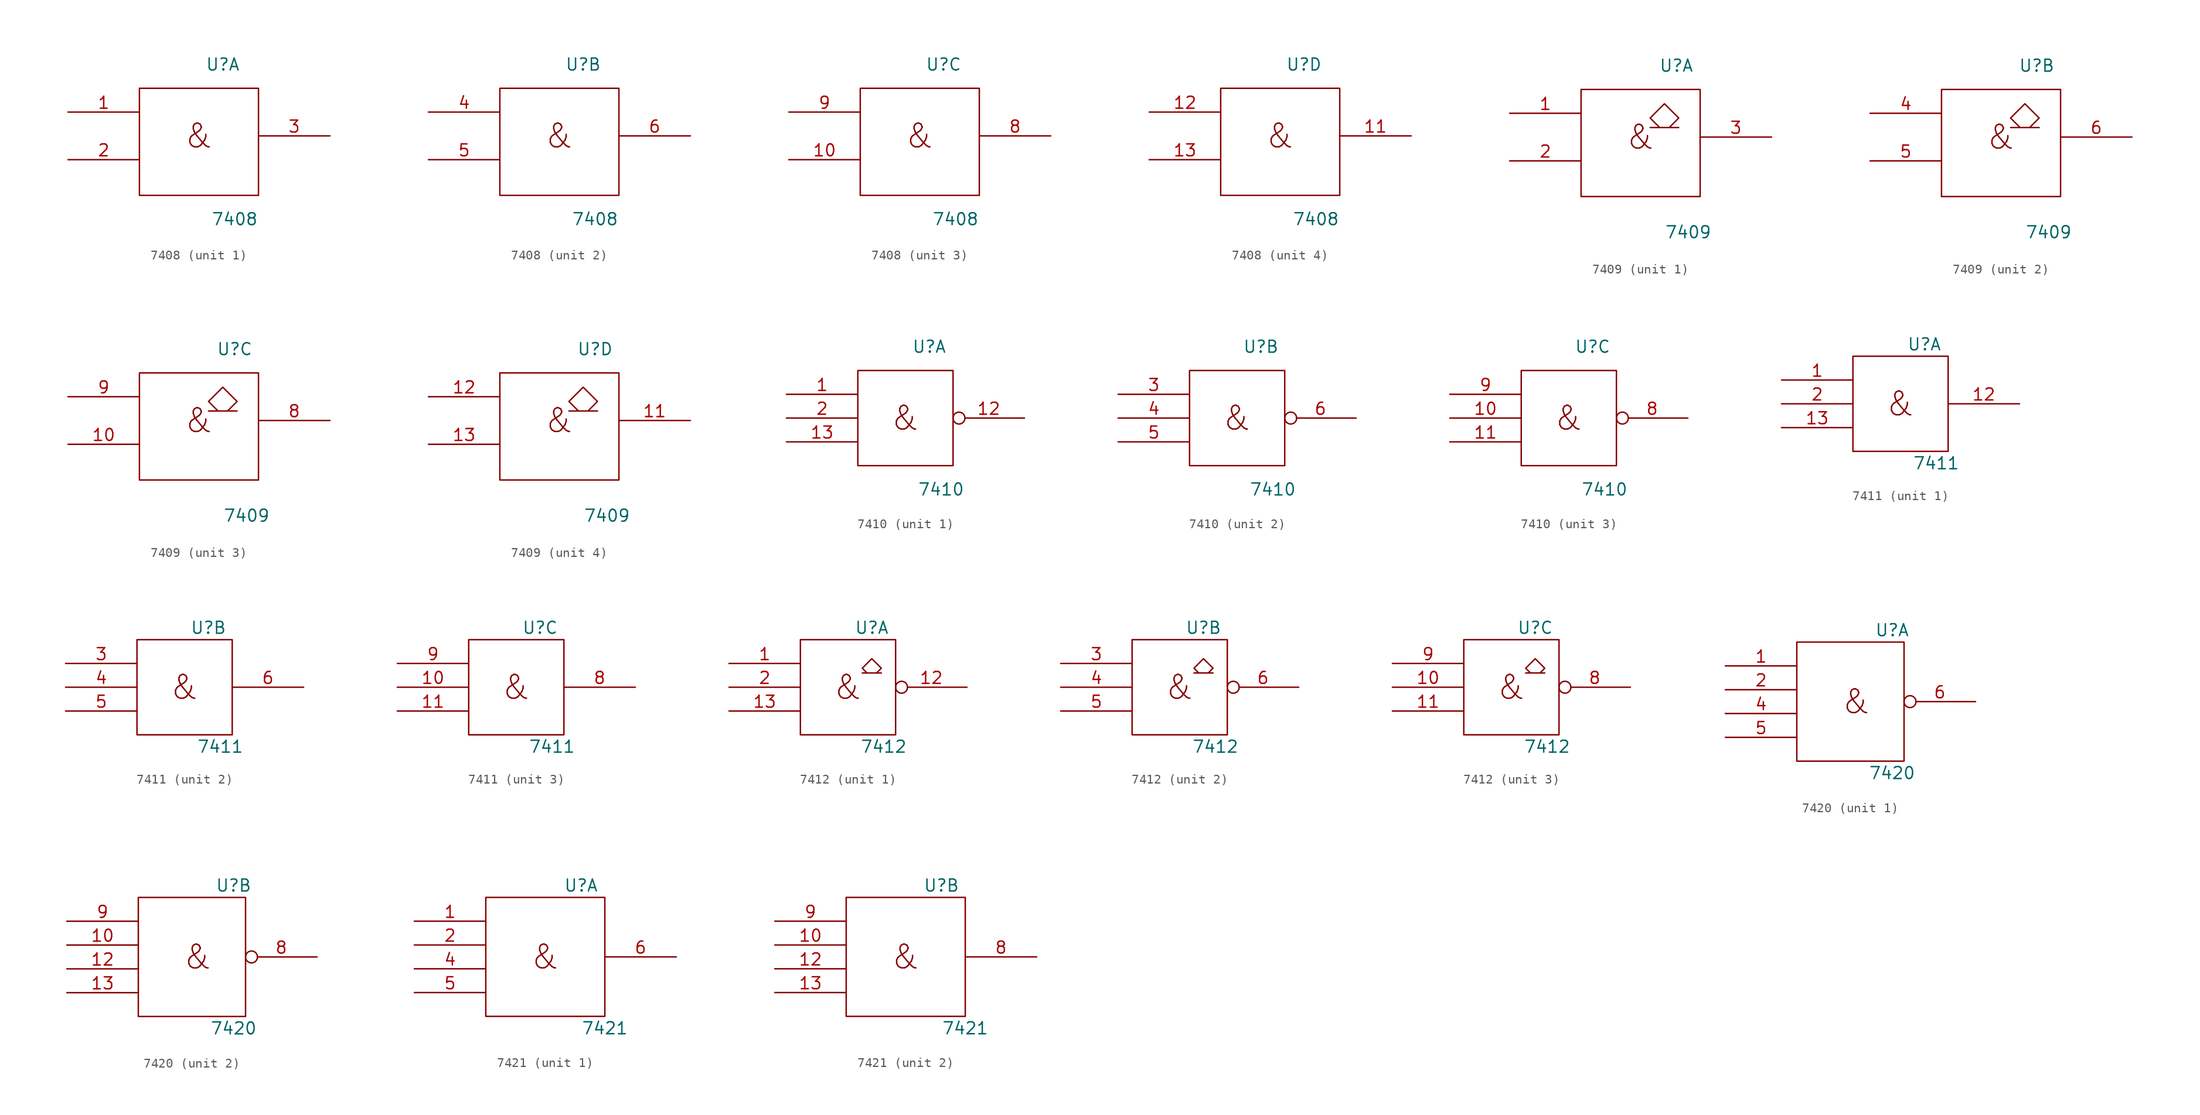
<source format=kicad_sym>
(kicad_symbol_lib
  (version 20211014)
  (generator kicad_symbol_editor)
  (symbol "7408"
    (pin_names
      (offset 0.762))
    (property "Reference" "U"
      (at 2.54 7.62 0)
      (effects (font (size 1.27 1.27))))
    (property "Value" "7408"
      (at 3.81 -8.89 0)
      (effects (font (size 1.27 1.27))))
    (symbol "7408_0_1"
      (rectangle (start -6.35 5.08) (end 6.35 -6.35) (stroke (width 0) (type default) (color 0 0 0 0)) (fill (type none)))
      (text "&" (at 0 0 0) (effects (font (size 2.54 2.54))))
      (pin power_in line (at 0 5.08 270) (length 0) hide (name "Vcc" (effects (font (size 1.27 1.27)))) (number "14" (effects (font (size 1.27 1.27)))))
      (pin power_in line (at 0 -6.35 90) (length 0) hide (name "Gnd" (effects (font (size 1.27 1.27)))) (number "7" (effects (font (size 1.27 1.27))))))
    (symbol "7408_1_1"
      (pin input line (at -13.97 2.54 0) (length 7.62) (name "~" (effects (font (size 1.27 1.27)))) (number "1" (effects (font (size 1.27 1.27)))))
      (pin input line (at -13.97 -2.54 0) (length 7.62) (name "~" (effects (font (size 1.27 1.27)))) (number "2" (effects (font (size 1.27 1.27)))))
      (pin output line (at 13.97 0 180) (length 7.62) (name "~" (effects (font (size 1.27 1.27)))) (number "3" (effects (font (size 1.27 1.27))))))
    (symbol "7408_2_1"
      (pin input line (at -13.97 2.54 0) (length 7.62) (name "~" (effects (font (size 1.27 1.27)))) (number "4" (effects (font (size 1.27 1.27)))))
      (pin input line (at -13.97 -2.54 0) (length 7.62) (name "~" (effects (font (size 1.27 1.27)))) (number "5" (effects (font (size 1.27 1.27)))))
      (pin input line (at 13.97 0 180) (length 7.62) (name "~" (effects (font (size 1.27 1.27)))) (number "6" (effects (font (size 1.27 1.27))))))
    (symbol "7408_3_1"
      (pin input line (at -13.97 -2.54 0) (length 7.62) (name "~" (effects (font (size 1.27 1.27)))) (number "10" (effects (font (size 1.27 1.27)))))
      (pin input line (at 13.97 0 180) (length 7.62) (name "~" (effects (font (size 1.27 1.27)))) (number "8" (effects (font (size 1.27 1.27)))))
      (pin input line (at -13.97 2.54 0) (length 7.62) (name "~" (effects (font (size 1.27 1.27)))) (number "9" (effects (font (size 1.27 1.27))))))
    (symbol "7408_4_1"
      (pin input line (at 13.97 0 180) (length 7.62) (name "~" (effects (font (size 1.27 1.27)))) (number "11" (effects (font (size 1.27 1.27)))))
      (pin input line (at -13.97 2.54 0) (length 7.62) (name "~" (effects (font (size 1.27 1.27)))) (number "12" (effects (font (size 1.27 1.27)))))
      (pin input line (at -13.97 -2.54 0) (length 7.62) (name "~" (effects (font (size 1.27 1.27)))) (number "13" (effects (font (size 1.27 1.27)))))))
  (symbol "7409"
    (pin_names
      (offset 0.762))
    (property "Reference" "U"
      (at 3.81 7.62 0)
      (effects (font (size 1.27 1.27))))
    (property "Value" "7409"
      (at 5.08 -10.16 0)
      (effects (font (size 1.27 1.27))))
    (symbol "7409_0_1"
      (rectangle (start -6.35 5.08) (end 6.35 -6.35) (stroke (width 0) (type default) (color 0 0 0 0)) (fill (type none)))
      (polyline (pts (xy 1.016 2.032) (xy 2.032 1.016) (xy 1.016 2.032) (xy 2.54 3.556) (xy 4.064 2.032) (xy 3.048 1.016) (xy 4.064 1.016) (xy 1.016 1.016) (xy 1.016 1.016)) (stroke (width 0) (type default) (color 0 0 0 0)) (fill (type none)))
      (text "&" (at 0 0 0) (effects (font (size 2.54 2.54))))
      (pin power_in line (at 0 5.08 270) (length 0) hide (name "Vcc" (effects (font (size 1.27 1.27)))) (number "14" (effects (font (size 1.27 1.27)))))
      (pin power_in line (at 0 -6.35 90) (length 0) hide (name "Gnd" (effects (font (size 1.27 1.27)))) (number "7" (effects (font (size 1.27 1.27))))))
    (symbol "7409_1_1"
      (pin input line (at -13.97 2.54 0) (length 7.62) (name "~" (effects (font (size 1.27 1.27)))) (number "1" (effects (font (size 1.27 1.27)))))
      (pin input line (at -13.97 -2.54 0) (length 7.62) (name "~" (effects (font (size 1.27 1.27)))) (number "2" (effects (font (size 1.27 1.27)))))
      (pin open_collector line (at 13.97 0 180) (length 7.62) (name "~" (effects (font (size 1.27 1.27)))) (number "3" (effects (font (size 1.27 1.27))))))
    (symbol "7409_2_1"
      (pin input line (at -13.97 2.54 0) (length 7.62) (name "~" (effects (font (size 1.27 1.27)))) (number "4" (effects (font (size 1.27 1.27)))))
      (pin input line (at -13.97 -2.54 0) (length 7.62) (name "~" (effects (font (size 1.27 1.27)))) (number "5" (effects (font (size 1.27 1.27)))))
      (pin open_collector line (at 13.97 0 180) (length 7.62) (name "~" (effects (font (size 1.27 1.27)))) (number "6" (effects (font (size 1.27 1.27))))))
    (symbol "7409_3_1"
      (pin input line (at -13.97 -2.54 0) (length 7.62) (name "~" (effects (font (size 1.27 1.27)))) (number "10" (effects (font (size 1.27 1.27)))))
      (pin open_collector line (at 13.97 0 180) (length 7.62) (name "~" (effects (font (size 1.27 1.27)))) (number "8" (effects (font (size 1.27 1.27)))))
      (pin input line (at -13.97 2.54 0) (length 7.62) (name "~" (effects (font (size 1.27 1.27)))) (number "9" (effects (font (size 1.27 1.27))))))
    (symbol "7409_4_1"
      (pin open_collector line (at 13.97 0 180) (length 7.62) (name "~" (effects (font (size 1.27 1.27)))) (number "11" (effects (font (size 1.27 1.27)))))
      (pin input line (at -13.97 2.54 0) (length 7.62) (name "~" (effects (font (size 1.27 1.27)))) (number "12" (effects (font (size 1.27 1.27)))))
      (pin input line (at -13.97 -2.54 0) (length 7.62) (name "~" (effects (font (size 1.27 1.27)))) (number "13" (effects (font (size 1.27 1.27)))))))
  (symbol "7410"
    (pin_names
      (offset 0.762))
    (property "Reference" "U"
      (at 2.54 7.62 0)
      (effects (font (size 1.27 1.27))))
    (property "Value" "7410"
      (at 3.81 -7.62 0)
      (effects (font (size 1.27 1.27))))
    (symbol "7410_0_0"
      (text "&" (at 0 0 0) (effects (font (size 2.54 2.54)))))
    (symbol "7410_0_1"
      (rectangle (start -5.08 5.08) (end 5.08 -5.08) (stroke (width 0) (type default) (color 0 0 0 0)) (fill (type none)))
      (pin power_in line (at 0 5.08 270) (length 0) hide (name "Vcc" (effects (font (size 1.27 1.27)))) (number "14" (effects (font (size 1.27 1.27)))))
      (pin power_in line (at 0 -5.08 90) (length 0) hide (name "Gnd" (effects (font (size 1.27 1.27)))) (number "7" (effects (font (size 1.27 1.27))))))
    (symbol "7410_1_1"
      (pin input line (at -12.7 2.54 0) (length 7.62) (name "~" (effects (font (size 1.27 1.27)))) (number "1" (effects (font (size 1.27 1.27)))))
      (pin output inverted (at 12.7 0 180) (length 7.62) (name "~" (effects (font (size 1.27 1.27)))) (number "12" (effects (font (size 1.27 1.27)))))
      (pin input line (at -12.7 -2.54 0) (length 7.62) (name "~" (effects (font (size 1.27 1.27)))) (number "13" (effects (font (size 1.27 1.27)))))
      (pin input line (at -12.7 0 0) (length 7.62) (name "~" (effects (font (size 1.27 1.27)))) (number "2" (effects (font (size 1.27 1.27))))))
    (symbol "7410_2_1"
      (pin input line (at -12.7 2.54 0) (length 7.62) (name "~" (effects (font (size 1.27 1.27)))) (number "3" (effects (font (size 1.27 1.27)))))
      (pin input line (at -12.7 0 0) (length 7.62) (name "~" (effects (font (size 1.27 1.27)))) (number "4" (effects (font (size 1.27 1.27)))))
      (pin input line (at -12.7 -2.54 0) (length 7.62) (name "~" (effects (font (size 1.27 1.27)))) (number "5" (effects (font (size 1.27 1.27)))))
      (pin output inverted (at 12.7 0 180) (length 7.62) (name "~" (effects (font (size 1.27 1.27)))) (number "6" (effects (font (size 1.27 1.27))))))
    (symbol "7410_3_1"
      (pin input line (at -12.7 0 0) (length 7.62) (name "~" (effects (font (size 1.27 1.27)))) (number "10" (effects (font (size 1.27 1.27)))))
      (pin input line (at -12.7 -2.54 0) (length 7.62) (name "~" (effects (font (size 1.27 1.27)))) (number "11" (effects (font (size 1.27 1.27)))))
      (pin output inverted (at 12.7 0 180) (length 7.62) (name "~" (effects (font (size 1.27 1.27)))) (number "8" (effects (font (size 1.27 1.27)))))
      (pin input line (at -12.7 2.54 0) (length 7.62) (name "~" (effects (font (size 1.27 1.27)))) (number "9" (effects (font (size 1.27 1.27)))))))
  (symbol "7411"
    (pin_names
      (offset 0.762))
    (property "Reference" "U"
      (at 2.54 6.35 0)
      (effects (font (size 1.27 1.27))))
    (property "Value" "7411"
      (at 3.81 -6.35 0)
      (effects (font (size 1.27 1.27))))
    (symbol "7411_0_0"
      (text "&" (at 0 0 0) (effects (font (size 2.54 2.54)))))
    (symbol "7411_0_1"
      (rectangle (start -5.08 5.08) (end 5.08 -5.08) (stroke (width 0) (type default) (color 0 0 0 0)) (fill (type none)))
      (pin power_in line (at 0 5.08 270) (length 0) hide (name "Vcc" (effects (font (size 1.27 1.27)))) (number "14" (effects (font (size 1.27 1.27)))))
      (pin power_in line (at 0 -5.08 90) (length 0) hide (name "Gnd" (effects (font (size 1.27 1.27)))) (number "7" (effects (font (size 1.27 1.27))))))
    (symbol "7411_1_1"
      (pin input line (at -12.7 2.54 0) (length 7.62) (name "~" (effects (font (size 1.27 1.27)))) (number "1" (effects (font (size 1.27 1.27)))))
      (pin output line (at 12.7 0 180) (length 7.62) (name "~" (effects (font (size 1.27 1.27)))) (number "12" (effects (font (size 1.27 1.27)))))
      (pin input line (at -12.7 -2.54 0) (length 7.62) (name "~" (effects (font (size 1.27 1.27)))) (number "13" (effects (font (size 1.27 1.27)))))
      (pin input line (at -12.7 0 0) (length 7.62) (name "~" (effects (font (size 1.27 1.27)))) (number "2" (effects (font (size 1.27 1.27))))))
    (symbol "7411_2_1"
      (pin input line (at -12.7 2.54 0) (length 7.62) (name "~" (effects (font (size 1.27 1.27)))) (number "3" (effects (font (size 1.27 1.27)))))
      (pin input line (at -12.7 0 0) (length 7.62) (name "~" (effects (font (size 1.27 1.27)))) (number "4" (effects (font (size 1.27 1.27)))))
      (pin input line (at -12.7 -2.54 0) (length 7.62) (name "~" (effects (font (size 1.27 1.27)))) (number "5" (effects (font (size 1.27 1.27)))))
      (pin output line (at 12.7 0 180) (length 7.62) (name "~" (effects (font (size 1.27 1.27)))) (number "6" (effects (font (size 1.27 1.27))))))
    (symbol "7411_3_1"
      (pin input line (at -12.7 0 0) (length 7.62) (name "~" (effects (font (size 1.27 1.27)))) (number "10" (effects (font (size 1.27 1.27)))))
      (pin input line (at -12.7 -2.54 0) (length 7.62) (name "~" (effects (font (size 1.27 1.27)))) (number "11" (effects (font (size 1.27 1.27)))))
      (pin output line (at 12.7 0 180) (length 7.62) (name "~" (effects (font (size 1.27 1.27)))) (number "8" (effects (font (size 1.27 1.27)))))
      (pin input line (at -12.7 2.54 0) (length 7.62) (name "~" (effects (font (size 1.27 1.27)))) (number "9" (effects (font (size 1.27 1.27)))))))
  (symbol "7412"
    (pin_names
      (offset 0.762))
    (property "Reference" "U"
      (at 2.54 6.35 0)
      (effects (font (size 1.27 1.27))))
    (property "Value" "7412"
      (at 3.81 -6.35 0)
      (effects (font (size 1.27 1.27))))
    (symbol "7412_0_0"
      (polyline (pts (xy 2.032 1.524) (xy 1.524 2.032) (xy 2.54 3.048) (xy 3.556 2.032) (xy 3.048 1.524) (xy 3.556 1.524) (xy 1.524 1.524) (xy 1.524 1.524)) (stroke (width 0) (type default) (color 0 0 0 0)) (fill (type none)))
      (text "&" (at 0 0 0) (effects (font (size 2.54 2.54)))))
    (symbol "7412_0_1"
      (rectangle (start -5.08 5.08) (end 5.08 -5.08) (stroke (width 0) (type default) (color 0 0 0 0)) (fill (type none)))
      (pin power_in line (at 0 5.08 270) (length 0) hide (name "Vcc" (effects (font (size 1.27 1.27)))) (number "14" (effects (font (size 1.27 1.27)))))
      (pin power_in line (at 0 -5.08 90) (length 0) hide (name "Gnd" (effects (font (size 1.27 1.27)))) (number "7" (effects (font (size 1.27 1.27))))))
    (symbol "7412_1_1"
      (pin input line (at -12.7 2.54 0) (length 7.62) (name "~" (effects (font (size 1.27 1.27)))) (number "1" (effects (font (size 1.27 1.27)))))
      (pin open_collector inverted (at 12.7 0 180) (length 7.62) (name "~" (effects (font (size 1.27 1.27)))) (number "12" (effects (font (size 1.27 1.27)))))
      (pin input line (at -12.7 -2.54 0) (length 7.62) (name "~" (effects (font (size 1.27 1.27)))) (number "13" (effects (font (size 1.27 1.27)))))
      (pin input line (at -12.7 0 0) (length 7.62) (name "~" (effects (font (size 1.27 1.27)))) (number "2" (effects (font (size 1.27 1.27))))))
    (symbol "7412_2_1"
      (pin input line (at -12.7 2.54 0) (length 7.62) (name "~" (effects (font (size 1.27 1.27)))) (number "3" (effects (font (size 1.27 1.27)))))
      (pin input line (at -12.7 0 0) (length 7.62) (name "~" (effects (font (size 1.27 1.27)))) (number "4" (effects (font (size 1.27 1.27)))))
      (pin input line (at -12.7 -2.54 0) (length 7.62) (name "~" (effects (font (size 1.27 1.27)))) (number "5" (effects (font (size 1.27 1.27)))))
      (pin open_collector inverted (at 12.7 0 180) (length 7.62) (name "~" (effects (font (size 1.27 1.27)))) (number "6" (effects (font (size 1.27 1.27))))))
    (symbol "7412_3_1"
      (pin input line (at -12.7 0 0) (length 7.62) (name "~" (effects (font (size 1.27 1.27)))) (number "10" (effects (font (size 1.27 1.27)))))
      (pin input line (at -12.7 -2.54 0) (length 7.62) (name "~" (effects (font (size 1.27 1.27)))) (number "11" (effects (font (size 1.27 1.27)))))
      (pin open_collector inverted (at 12.7 0 180) (length 7.62) (name "~" (effects (font (size 1.27 1.27)))) (number "8" (effects (font (size 1.27 1.27)))))
      (pin input line (at -12.7 2.54 0) (length 7.62) (name "~" (effects (font (size 1.27 1.27)))) (number "9" (effects (font (size 1.27 1.27)))))))
  (symbol "7420"
    (pin_names
      (offset 0.762))
    (property "Reference" "U"
      (at 3.81 7.62 0)
      (effects (font (size 1.27 1.27))))
    (property "Value" "7420"
      (at 3.81 -7.62 0)
      (effects (font (size 1.27 1.27))))
    (symbol "7420_0_0"
      (text "&" (at 0 0 0) (effects (font (size 2.54 2.54)))))
    (symbol "7420_0_1"
      (rectangle (start -6.35 6.35) (end 5.08 -6.35) (stroke (width 0) (type default) (color 0 0 0 0)) (fill (type none)))
      (pin power_in line (at 0 6.35 270) (length 0) hide (name "Vcc" (effects (font (size 1.27 1.27)))) (number "14" (effects (font (size 1.27 1.27)))))
      (pin power_in line (at 0 -6.35 90) (length 0) hide (name "Gnd" (effects (font (size 1.27 1.27)))) (number "7" (effects (font (size 1.27 1.27))))))
    (symbol "7420_1_1"
      (pin input line (at -13.97 3.81 0) (length 7.62) (name "~" (effects (font (size 1.27 1.27)))) (number "1" (effects (font (size 1.27 1.27)))))
      (pin input line (at -13.97 1.27 0) (length 7.62) (name "~" (effects (font (size 1.27 1.27)))) (number "2" (effects (font (size 1.27 1.27)))))
      (pin input line (at -13.97 -1.27 0) (length 7.62) (name "~" (effects (font (size 1.27 1.27)))) (number "4" (effects (font (size 1.27 1.27)))))
      (pin input line (at -13.97 -3.81 0) (length 7.62) (name "~" (effects (font (size 1.27 1.27)))) (number "5" (effects (font (size 1.27 1.27)))))
      (pin output inverted (at 12.7 0 180) (length 7.62) (name "~" (effects (font (size 1.27 1.27)))) (number "6" (effects (font (size 1.27 1.27))))))
    (symbol "7420_2_1"
      (pin input line (at -13.97 1.27 0) (length 7.62) (name "~" (effects (font (size 1.27 1.27)))) (number "10" (effects (font (size 1.27 1.27)))))
      (pin input line (at -13.97 -1.27 0) (length 7.62) (name "~" (effects (font (size 1.27 1.27)))) (number "12" (effects (font (size 1.27 1.27)))))
      (pin input line (at -13.97 -3.81 0) (length 7.62) (name "~" (effects (font (size 1.27 1.27)))) (number "13" (effects (font (size 1.27 1.27)))))
      (pin output inverted (at 12.7 0 180) (length 7.62) (name "~" (effects (font (size 1.27 1.27)))) (number "8" (effects (font (size 1.27 1.27)))))
      (pin input line (at -13.97 3.81 0) (length 7.62) (name "~" (effects (font (size 1.27 1.27)))) (number "9" (effects (font (size 1.27 1.27)))))))
  (symbol "7421"
    (pin_names
      (offset 0.762))
    (property "Reference" "U"
      (at 3.81 7.62 0)
      (effects (font (size 1.27 1.27))))
    (property "Value" "7421"
      (at 6.35 -7.62 0)
      (effects (font (size 1.27 1.27))))
    (symbol "7421_0_0"
      (text "&" (at 0 0 0) (effects (font (size 2.54 2.54)))))
    (symbol "7421_0_1"
      (rectangle (start -6.35 6.35) (end 6.35 -6.35) (stroke (width 0) (type default) (color 0 0 0 0)) (fill (type none)))
      (pin power_in line (at 0 6.35 270) (length 0) hide (name "Vcc" (effects (font (size 1.27 1.27)))) (number "14" (effects (font (size 1.27 1.27)))))
      (pin power_in line (at 0 -6.35 90) (length 0) hide (name "Gnd" (effects (font (size 1.27 1.27)))) (number "7" (effects (font (size 1.27 1.27))))))
    (symbol "7421_1_1"
      (pin input line (at -13.97 3.81 0) (length 7.62) (name "~" (effects (font (size 1.27 1.27)))) (number "1" (effects (font (size 1.27 1.27)))))
      (pin input line (at -13.97 1.27 0) (length 7.62) (name "~" (effects (font (size 1.27 1.27)))) (number "2" (effects (font (size 1.27 1.27)))))
      (pin input line (at -13.97 -1.27 0) (length 7.62) (name "~" (effects (font (size 1.27 1.27)))) (number "4" (effects (font (size 1.27 1.27)))))
      (pin input line (at -13.97 -3.81 0) (length 7.62) (name "~" (effects (font (size 1.27 1.27)))) (number "5" (effects (font (size 1.27 1.27)))))
      (pin output line (at 13.97 0 180) (length 7.62) (name "~" (effects (font (size 1.27 1.27)))) (number "6" (effects (font (size 1.27 1.27))))))
    (symbol "7421_2_1"
      (pin input line (at -13.97 1.27 0) (length 7.62) (name "~" (effects (font (size 1.27 1.27)))) (number "10" (effects (font (size 1.27 1.27)))))
      (pin input line (at -13.97 -1.27 0) (length 7.62) (name "~" (effects (font (size 1.27 1.27)))) (number "12" (effects (font (size 1.27 1.27)))))
      (pin input line (at -13.97 -3.81 0) (length 7.62) (name "~" (effects (font (size 1.27 1.27)))) (number "13" (effects (font (size 1.27 1.27)))))
      (pin output line (at 13.97 0 180) (length 7.62) (name "~" (effects (font (size 1.27 1.27)))) (number "8" (effects (font (size 1.27 1.27)))))
      (pin input line (at -13.97 3.81 0) (length 7.62) (name "~" (effects (font (size 1.27 1.27)))) (number "9" (effects (font (size 1.27 1.27))))))))
</source>
